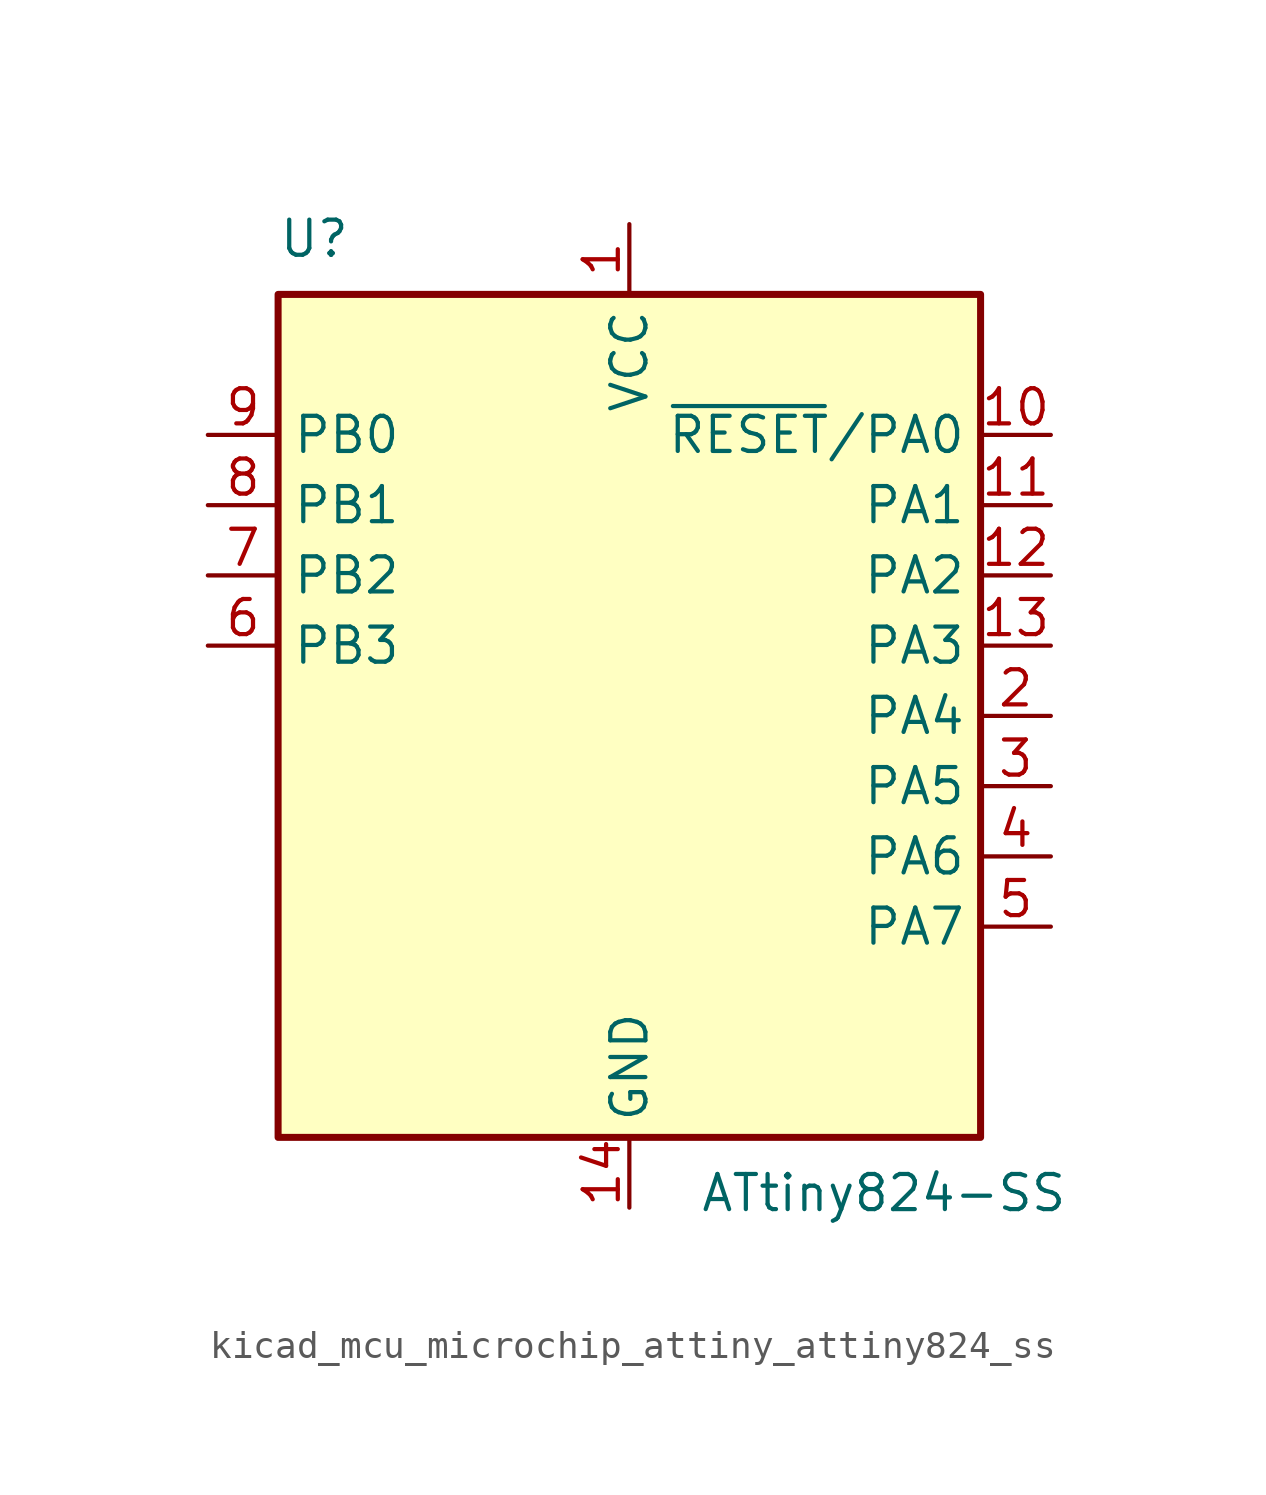
<source format=kicad_sym>
(kicad_symbol_lib
  (version 20220914)
  (generator kicad_symbol_editor)
  (symbol "kicad_mcu_microchip_attiny_attiny824_ss"
    (property "Reference" "U"
      (at -12.7 16.51 0)
      (effects (font (size 1.27 1.27)) (justify left bottom)))
    (property "Value" "ATtiny824-SS"
      (at 2.54 -16.51 0)
      (effects (font (size 1.27 1.27)) (justify left top)))
    (symbol "kicad_mcu_microchip_attiny_attiny824_ss_0_1"
      (rectangle (start -12.7 -15.24) (end 12.7 15.24) (stroke (width 0.254) (type default)) (fill (type background))))
    (symbol "kicad_mcu_microchip_attiny_attiny824_ss_1_1"
      (pin power_in line (at 0 17.78 270) (length 2.54) (name "VCC" (effects (font (size 1.27 1.27)))) (number "1" (effects (font (size 1.27 1.27)))))
      (pin bidirectional line (at 15.24 10.16 180) (length 2.54) (name "~{RESET}/PA0" (effects (font (size 1.27 1.27)))) (number "10" (effects (font (size 1.27 1.27)))))
      (pin bidirectional line (at 15.24 7.62 180) (length 2.54) (name "PA1" (effects (font (size 1.27 1.27)))) (number "11" (effects (font (size 1.27 1.27)))))
      (pin bidirectional line (at 15.24 5.08 180) (length 2.54) (name "PA2" (effects (font (size 1.27 1.27)))) (number "12" (effects (font (size 1.27 1.27)))))
      (pin bidirectional line (at 15.24 2.54 180) (length 2.54) (name "PA3" (effects (font (size 1.27 1.27)))) (number "13" (effects (font (size 1.27 1.27)))))
      (pin power_in line (at 0 -17.78 90) (length 2.54) (name "GND" (effects (font (size 1.27 1.27)))) (number "14" (effects (font (size 1.27 1.27)))))
      (pin bidirectional line (at 15.24 0 180) (length 2.54) (name "PA4" (effects (font (size 1.27 1.27)))) (number "2" (effects (font (size 1.27 1.27)))))
      (pin bidirectional line (at 15.24 -2.54 180) (length 2.54) (name "PA5" (effects (font (size 1.27 1.27)))) (number "3" (effects (font (size 1.27 1.27)))))
      (pin bidirectional line (at 15.24 -5.08 180) (length 2.54) (name "PA6" (effects (font (size 1.27 1.27)))) (number "4" (effects (font (size 1.27 1.27)))))
      (pin bidirectional line (at 15.24 -7.62 180) (length 2.54) (name "PA7" (effects (font (size 1.27 1.27)))) (number "5" (effects (font (size 1.27 1.27)))))
      (pin bidirectional line (at -15.24 2.54 0) (length 2.54) (name "PB3" (effects (font (size 1.27 1.27)))) (number "6" (effects (font (size 1.27 1.27)))))
      (pin bidirectional line (at -15.24 5.08 0) (length 2.54) (name "PB2" (effects (font (size 1.27 1.27)))) (number "7" (effects (font (size 1.27 1.27)))))
      (pin bidirectional line (at -15.24 7.62 0) (length 2.54) (name "PB1" (effects (font (size 1.27 1.27)))) (number "8" (effects (font (size 1.27 1.27)))))
      (pin bidirectional line (at -15.24 10.16 0) (length 2.54) (name "PB0" (effects (font (size 1.27 1.27)))) (number "9" (effects (font (size 1.27 1.27))))))))
</source>
